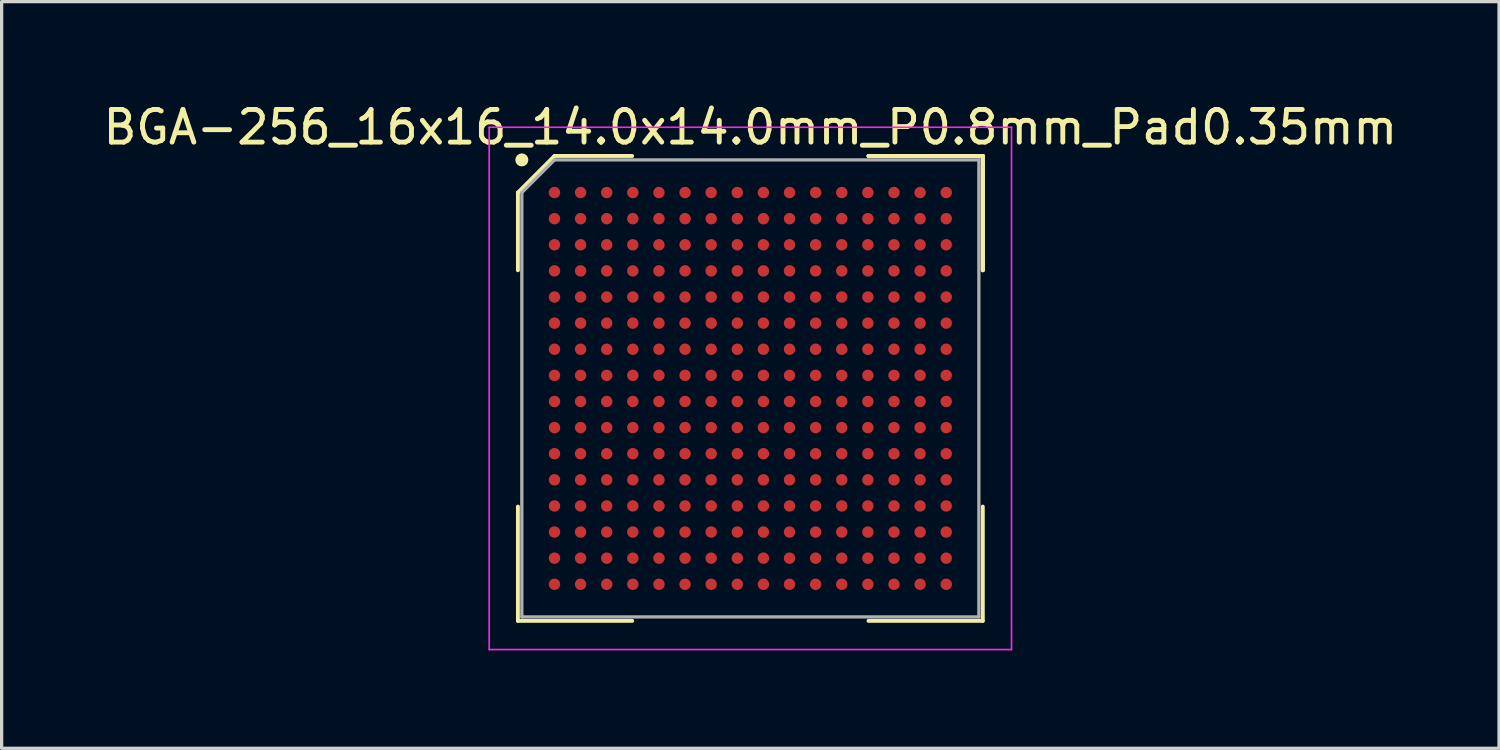
<source format=kicad_pcb>
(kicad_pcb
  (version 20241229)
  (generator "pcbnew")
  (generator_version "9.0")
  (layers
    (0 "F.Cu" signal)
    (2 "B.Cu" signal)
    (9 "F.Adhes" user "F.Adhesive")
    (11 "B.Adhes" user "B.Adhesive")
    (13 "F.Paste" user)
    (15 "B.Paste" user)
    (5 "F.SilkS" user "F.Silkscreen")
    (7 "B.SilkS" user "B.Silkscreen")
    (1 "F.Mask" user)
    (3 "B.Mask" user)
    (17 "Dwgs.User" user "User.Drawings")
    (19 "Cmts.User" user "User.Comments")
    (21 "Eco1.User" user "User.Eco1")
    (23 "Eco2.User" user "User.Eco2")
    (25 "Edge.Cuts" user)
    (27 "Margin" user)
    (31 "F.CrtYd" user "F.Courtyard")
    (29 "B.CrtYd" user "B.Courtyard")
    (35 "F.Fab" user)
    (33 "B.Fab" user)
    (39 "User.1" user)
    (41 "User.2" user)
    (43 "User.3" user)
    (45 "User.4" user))
  (footprint "BGA-256_16x16_14.0x14.0mm_P0.8mm_Pad0.35mm"
    (layer "F.Cu")
    (at 19.935 8.848)
    (property "Reference" "BGA-256_16x16_14.0x14.0mm_P0.8mm_Pad0.35mm" (at 0 -8 0) (layer "F.SilkS") (effects (font (size 1 1) (thickness 0.15))))
    (attr smd)
    (fp_line (start -7.12 -6) (end -7.12 -3.62) (stroke (width 0.12) (type solid)) (layer "F.SilkS"))
    (fp_line (start -7.12 7.12) (end -7.12 3.62) (stroke (width 0.12) (type solid)) (layer "F.SilkS"))
    (fp_line (start -6 -7.12) (end -7.12 -6) (stroke (width 0.12) (type solid)) (layer "F.SilkS"))
    (fp_line (start -3.62 -7.12) (end -6 -7.12) (stroke (width 0.12) (type solid)) (layer "F.SilkS"))
    (fp_line (start -3.62 7.12) (end -7.12 7.12) (stroke (width 0.12) (type solid)) (layer "F.SilkS"))
    (fp_line (start 3.62 -7.12) (end 7.12 -7.12) (stroke (width 0.12) (type solid)) (layer "F.SilkS"))
    (fp_line (start 3.62 -7.12) (end 7.12 -7.12) (stroke (width 0.12) (type solid)) (layer "F.SilkS"))
    (fp_line (start 3.62 -7.12) (end 7.12 -7.12) (stroke (width 0.12) (type solid)) (layer "F.SilkS"))
    (fp_line (start 3.62 7.12) (end 7.12 7.12) (stroke (width 0.12) (type solid)) (layer "F.SilkS"))
    (fp_line (start 7.12 -7.12) (end 7.12 -3.62) (stroke (width 0.12) (type solid)) (layer "F.SilkS"))
    (fp_line (start 7.12 -7.12) (end 7.12 -3.62) (stroke (width 0.12) (type solid)) (layer "F.SilkS"))
    (fp_line (start 7.12 -7.12) (end 7.12 -3.62) (stroke (width 0.12) (type solid)) (layer "F.SilkS"))
    (fp_line (start 7.12 7.12) (end 7.12 3.62) (stroke (width 0.12) (type solid)) (layer "F.SilkS"))
    (fp_circle (center -7 -7) (end -7 -6.9) (stroke (width 0.2) (type solid)) (fill no) (layer "F.SilkS"))
    (fp_line (start -8 -8) (end 8 -8) (stroke (width 0.05) (type solid)) (layer "F.CrtYd"))
    (fp_line (start -8 8) (end -8 -8) (stroke (width 0.05) (type solid)) (layer "F.CrtYd"))
    (fp_line (start 8 -8) (end 8 8) (stroke (width 0.05) (type solid)) (layer "F.CrtYd"))
    (fp_line (start 8 8) (end -8 8) (stroke (width 0.05) (type solid)) (layer "F.CrtYd"))
    (fp_line (start -7 -6) (end -7 7) (stroke (width 0.1) (type solid)) (layer "F.Fab"))
    (fp_line (start -7 7) (end 7 7) (stroke (width 0.1) (type solid)) (layer "F.Fab"))
    (fp_line (start -6 -7) (end -7 -6) (stroke (width 0.1) (type solid)) (layer "F.Fab"))
    (fp_line (start 7 -7) (end -6 -7) (stroke (width 0.1) (type solid)) (layer "F.Fab"))
    (fp_line (start 7 7) (end 7 -7) (stroke (width 0.1) (type solid)) (layer "F.Fab"))
    (pad "A1" smd circle (at -6 -6) (size 0.35 0.35) (layers "F.Cu" "F.Mask" "F.Paste"))
    (pad "A2" smd circle (at -5.2 -6) (size 0.35 0.35) (layers "F.Cu" "F.Mask" "F.Paste"))
    (pad "A3" smd circle (at -4.4 -6) (size 0.35 0.35) (layers "F.Cu" "F.Mask" "F.Paste"))
    (pad "A4" smd circle (at -3.6 -6) (size 0.35 0.35) (layers "F.Cu" "F.Mask" "F.Paste"))
    (pad "A5" smd circle (at -2.8 -6) (size 0.35 0.35) (layers "F.Cu" "F.Mask" "F.Paste"))
    (pad "A6" smd circle (at -2 -6) (size 0.35 0.35) (layers "F.Cu" "F.Mask" "F.Paste"))
    (pad "A7" smd circle (at -1.2 -6) (size 0.35 0.35) (layers "F.Cu" "F.Mask" "F.Paste"))
    (pad "A8" smd circle (at -0.4 -6) (size 0.35 0.35) (layers "F.Cu" "F.Mask" "F.Paste"))
    (pad "A9" smd circle (at 0.4 -6) (size 0.35 0.35) (layers "F.Cu" "F.Mask" "F.Paste"))
    (pad "A10" smd circle (at 1.2 -6) (size 0.35 0.35) (layers "F.Cu" "F.Mask" "F.Paste"))
    (pad "A11" smd circle (at 2 -6) (size 0.35 0.35) (layers "F.Cu" "F.Mask" "F.Paste"))
    (pad "A12" smd circle (at 2.8 -6) (size 0.35 0.35) (layers "F.Cu" "F.Mask" "F.Paste"))
    (pad "A13" smd circle (at 3.6 -6) (size 0.35 0.35) (layers "F.Cu" "F.Mask" "F.Paste"))
    (pad "A14" smd circle (at 4.4 -6) (size 0.35 0.35) (layers "F.Cu" "F.Mask" "F.Paste"))
    (pad "A15" smd circle (at 5.2 -6) (size 0.35 0.35) (layers "F.Cu" "F.Mask" "F.Paste"))
    (pad "A16" smd circle (at 6 -6) (size 0.35 0.35) (layers "F.Cu" "F.Mask" "F.Paste"))
    (pad "B1" smd circle (at -6 -5.2) (size 0.35 0.35) (layers "F.Cu" "F.Mask" "F.Paste"))
    (pad "B2" smd circle (at -5.2 -5.2) (size 0.35 0.35) (layers "F.Cu" "F.Mask" "F.Paste"))
    (pad "B3" smd circle (at -4.4 -5.2) (size 0.35 0.35) (layers "F.Cu" "F.Mask" "F.Paste"))
    (pad "B4" smd circle (at -3.6 -5.2) (size 0.35 0.35) (layers "F.Cu" "F.Mask" "F.Paste"))
    (pad "B5" smd circle (at -2.8 -5.2) (size 0.35 0.35) (layers "F.Cu" "F.Mask" "F.Paste"))
    (pad "B6" smd circle (at -2 -5.2) (size 0.35 0.35) (layers "F.Cu" "F.Mask" "F.Paste"))
    (pad "B7" smd circle (at -1.2 -5.2) (size 0.35 0.35) (layers "F.Cu" "F.Mask" "F.Paste"))
    (pad "B8" smd circle (at -0.4 -5.2) (size 0.35 0.35) (layers "F.Cu" "F.Mask" "F.Paste"))
    (pad "B9" smd circle (at 0.4 -5.2) (size 0.35 0.35) (layers "F.Cu" "F.Mask" "F.Paste"))
    (pad "B10" smd circle (at 1.2 -5.2) (size 0.35 0.35) (layers "F.Cu" "F.Mask" "F.Paste"))
    (pad "B11" smd circle (at 2 -5.2) (size 0.35 0.35) (layers "F.Cu" "F.Mask" "F.Paste"))
    (pad "B12" smd circle (at 2.8 -5.2) (size 0.35 0.35) (layers "F.Cu" "F.Mask" "F.Paste"))
    (pad "B13" smd circle (at 3.6 -5.2) (size 0.35 0.35) (layers "F.Cu" "F.Mask" "F.Paste"))
    (pad "B14" smd circle (at 4.4 -5.2) (size 0.35 0.35) (layers "F.Cu" "F.Mask" "F.Paste"))
    (pad "B15" smd circle (at 5.2 -5.2) (size 0.35 0.35) (layers "F.Cu" "F.Mask" "F.Paste"))
    (pad "B16" smd circle (at 6 -5.2) (size 0.35 0.35) (layers "F.Cu" "F.Mask" "F.Paste"))
    (pad "C1" smd circle (at -6 -4.4) (size 0.35 0.35) (layers "F.Cu" "F.Mask" "F.Paste"))
    (pad "C2" smd circle (at -5.2 -4.4) (size 0.35 0.35) (layers "F.Cu" "F.Mask" "F.Paste"))
    (pad "C3" smd circle (at -4.4 -4.4) (size 0.35 0.35) (layers "F.Cu" "F.Mask" "F.Paste"))
    (pad "C4" smd circle (at -3.6 -4.4) (size 0.35 0.35) (layers "F.Cu" "F.Mask" "F.Paste"))
    (pad "C5" smd circle (at -2.8 -4.4) (size 0.35 0.35) (layers "F.Cu" "F.Mask" "F.Paste"))
    (pad "C6" smd circle (at -2 -4.4) (size 0.35 0.35) (layers "F.Cu" "F.Mask" "F.Paste"))
    (pad "C7" smd circle (at -1.2 -4.4) (size 0.35 0.35) (layers "F.Cu" "F.Mask" "F.Paste"))
    (pad "C8" smd circle (at -0.4 -4.4) (size 0.35 0.35) (layers "F.Cu" "F.Mask" "F.Paste"))
    (pad "C9" smd circle (at 0.4 -4.4) (size 0.35 0.35) (layers "F.Cu" "F.Mask" "F.Paste"))
    (pad "C10" smd circle (at 1.2 -4.4) (size 0.35 0.35) (layers "F.Cu" "F.Mask" "F.Paste"))
    (pad "C11" smd circle (at 2 -4.4) (size 0.35 0.35) (layers "F.Cu" "F.Mask" "F.Paste"))
    (pad "C12" smd circle (at 2.8 -4.4) (size 0.35 0.35) (layers "F.Cu" "F.Mask" "F.Paste"))
    (pad "C13" smd circle (at 3.6 -4.4) (size 0.35 0.35) (layers "F.Cu" "F.Mask" "F.Paste"))
    (pad "C14" smd circle (at 4.4 -4.4) (size 0.35 0.35) (layers "F.Cu" "F.Mask" "F.Paste"))
    (pad "C15" smd circle (at 5.2 -4.4) (size 0.35 0.35) (layers "F.Cu" "F.Mask" "F.Paste"))
    (pad "C16" smd circle (at 6 -4.4) (size 0.35 0.35) (layers "F.Cu" "F.Mask" "F.Paste"))
    (pad "D1" smd circle (at -6 -3.6) (size 0.35 0.35) (layers "F.Cu" "F.Mask" "F.Paste"))
    (pad "D2" smd circle (at -5.2 -3.6) (size 0.35 0.35) (layers "F.Cu" "F.Mask" "F.Paste"))
    (pad "D3" smd circle (at -4.4 -3.6) (size 0.35 0.35) (layers "F.Cu" "F.Mask" "F.Paste"))
    (pad "D4" smd circle (at -3.6 -3.6) (size 0.35 0.35) (layers "F.Cu" "F.Mask" "F.Paste"))
    (pad "D5" smd circle (at -2.8 -3.6) (size 0.35 0.35) (layers "F.Cu" "F.Mask" "F.Paste"))
    (pad "D6" smd circle (at -2 -3.6) (size 0.35 0.35) (layers "F.Cu" "F.Mask" "F.Paste"))
    (pad "D7" smd circle (at -1.2 -3.6) (size 0.35 0.35) (layers "F.Cu" "F.Mask" "F.Paste"))
    (pad "D8" smd circle (at -0.4 -3.6) (size 0.35 0.35) (layers "F.Cu" "F.Mask" "F.Paste"))
    (pad "D9" smd circle (at 0.4 -3.6) (size 0.35 0.35) (layers "F.Cu" "F.Mask" "F.Paste"))
    (pad "D10" smd circle (at 1.2 -3.6) (size 0.35 0.35) (layers "F.Cu" "F.Mask" "F.Paste"))
    (pad "D11" smd circle (at 2 -3.6) (size 0.35 0.35) (layers "F.Cu" "F.Mask" "F.Paste"))
    (pad "D12" smd circle (at 2.8 -3.6) (size 0.35 0.35) (layers "F.Cu" "F.Mask" "F.Paste"))
    (pad "D13" smd circle (at 3.6 -3.6) (size 0.35 0.35) (layers "F.Cu" "F.Mask" "F.Paste"))
    (pad "D14" smd circle (at 4.4 -3.6) (size 0.35 0.35) (layers "F.Cu" "F.Mask" "F.Paste"))
    (pad "D15" smd circle (at 5.2 -3.6) (size 0.35 0.35) (layers "F.Cu" "F.Mask" "F.Paste"))
    (pad "D16" smd circle (at 6 -3.6) (size 0.35 0.35) (layers "F.Cu" "F.Mask" "F.Paste"))
    (pad "E1" smd circle (at -6 -2.8) (size 0.35 0.35) (layers "F.Cu" "F.Mask" "F.Paste"))
    (pad "E2" smd circle (at -5.2 -2.8) (size 0.35 0.35) (layers "F.Cu" "F.Mask" "F.Paste"))
    (pad "E3" smd circle (at -4.4 -2.8) (size 0.35 0.35) (layers "F.Cu" "F.Mask" "F.Paste"))
    (pad "E4" smd circle (at -3.6 -2.8) (size 0.35 0.35) (layers "F.Cu" "F.Mask" "F.Paste"))
    (pad "E5" smd circle (at -2.8 -2.8) (size 0.35 0.35) (layers "F.Cu" "F.Mask" "F.Paste"))
    (pad "E6" smd circle (at -2 -2.8) (size 0.35 0.35) (layers "F.Cu" "F.Mask" "F.Paste"))
    (pad "E7" smd circle (at -1.2 -2.8) (size 0.35 0.35) (layers "F.Cu" "F.Mask" "F.Paste"))
    (pad "E8" smd circle (at -0.4 -2.8) (size 0.35 0.35) (layers "F.Cu" "F.Mask" "F.Paste"))
    (pad "E9" smd circle (at 0.4 -2.8) (size 0.35 0.35) (layers "F.Cu" "F.Mask" "F.Paste"))
    (pad "E10" smd circle (at 1.2 -2.8) (size 0.35 0.35) (layers "F.Cu" "F.Mask" "F.Paste"))
    (pad "E11" smd circle (at 2 -2.8) (size 0.35 0.35) (layers "F.Cu" "F.Mask" "F.Paste"))
    (pad "E12" smd circle (at 2.8 -2.8) (size 0.35 0.35) (layers "F.Cu" "F.Mask" "F.Paste"))
    (pad "E13" smd circle (at 3.6 -2.8) (size 0.35 0.35) (layers "F.Cu" "F.Mask" "F.Paste"))
    (pad "E14" smd circle (at 4.4 -2.8) (size 0.35 0.35) (layers "F.Cu" "F.Mask" "F.Paste"))
    (pad "E15" smd circle (at 5.2 -2.8) (size 0.35 0.35) (layers "F.Cu" "F.Mask" "F.Paste"))
    (pad "E16" smd circle (at 6 -2.8) (size 0.35 0.35) (layers "F.Cu" "F.Mask" "F.Paste"))
    (pad "F1" smd circle (at -6 -2) (size 0.35 0.35) (layers "F.Cu" "F.Mask" "F.Paste"))
    (pad "F2" smd circle (at -5.2 -2) (size 0.35 0.35) (layers "F.Cu" "F.Mask" "F.Paste"))
    (pad "F3" smd circle (at -4.4 -2) (size 0.35 0.35) (layers "F.Cu" "F.Mask" "F.Paste"))
    (pad "F4" smd circle (at -3.6 -2) (size 0.35 0.35) (layers "F.Cu" "F.Mask" "F.Paste"))
    (pad "F5" smd circle (at -2.8 -2) (size 0.35 0.35) (layers "F.Cu" "F.Mask" "F.Paste"))
    (pad "F6" smd circle (at -2 -2) (size 0.35 0.35) (layers "F.Cu" "F.Mask" "F.Paste"))
    (pad "F7" smd circle (at -1.2 -2) (size 0.35 0.35) (layers "F.Cu" "F.Mask" "F.Paste"))
    (pad "F8" smd circle (at -0.4 -2) (size 0.35 0.35) (layers "F.Cu" "F.Mask" "F.Paste"))
    (pad "F9" smd circle (at 0.4 -2) (size 0.35 0.35) (layers "F.Cu" "F.Mask" "F.Paste"))
    (pad "F10" smd circle (at 1.2 -2) (size 0.35 0.35) (layers "F.Cu" "F.Mask" "F.Paste"))
    (pad "F11" smd circle (at 2 -2) (size 0.35 0.35) (layers "F.Cu" "F.Mask" "F.Paste"))
    (pad "F12" smd circle (at 2.8 -2) (size 0.35 0.35) (layers "F.Cu" "F.Mask" "F.Paste"))
    (pad "F13" smd circle (at 3.6 -2) (size 0.35 0.35) (layers "F.Cu" "F.Mask" "F.Paste"))
    (pad "F14" smd circle (at 4.4 -2) (size 0.35 0.35) (layers "F.Cu" "F.Mask" "F.Paste"))
    (pad "F15" smd circle (at 5.2 -2) (size 0.35 0.35) (layers "F.Cu" "F.Mask" "F.Paste"))
    (pad "F16" smd circle (at 6 -2) (size 0.35 0.35) (layers "F.Cu" "F.Mask" "F.Paste"))
    (pad "G1" smd circle (at -6 -1.2) (size 0.35 0.35) (layers "F.Cu" "F.Mask" "F.Paste"))
    (pad "G2" smd circle (at -5.2 -1.2) (size 0.35 0.35) (layers "F.Cu" "F.Mask" "F.Paste"))
    (pad "G3" smd circle (at -4.4 -1.2) (size 0.35 0.35) (layers "F.Cu" "F.Mask" "F.Paste"))
    (pad "G4" smd circle (at -3.6 -1.2) (size 0.35 0.35) (layers "F.Cu" "F.Mask" "F.Paste"))
    (pad "G5" smd circle (at -2.8 -1.2) (size 0.35 0.35) (layers "F.Cu" "F.Mask" "F.Paste"))
    (pad "G6" smd circle (at -2 -1.2) (size 0.35 0.35) (layers "F.Cu" "F.Mask" "F.Paste"))
    (pad "G7" smd circle (at -1.2 -1.2) (size 0.35 0.35) (layers "F.Cu" "F.Mask" "F.Paste"))
    (pad "G8" smd circle (at -0.4 -1.2) (size 0.35 0.35) (layers "F.Cu" "F.Mask" "F.Paste"))
    (pad "G9" smd circle (at 0.4 -1.2) (size 0.35 0.35) (layers "F.Cu" "F.Mask" "F.Paste"))
    (pad "G10" smd circle (at 1.2 -1.2) (size 0.35 0.35) (layers "F.Cu" "F.Mask" "F.Paste"))
    (pad "G11" smd circle (at 2 -1.2) (size 0.35 0.35) (layers "F.Cu" "F.Mask" "F.Paste"))
    (pad "G12" smd circle (at 2.8 -1.2) (size 0.35 0.35) (layers "F.Cu" "F.Mask" "F.Paste"))
    (pad "G13" smd circle (at 3.6 -1.2) (size 0.35 0.35) (layers "F.Cu" "F.Mask" "F.Paste"))
    (pad "G14" smd circle (at 4.4 -1.2) (size 0.35 0.35) (layers "F.Cu" "F.Mask" "F.Paste"))
    (pad "G15" smd circle (at 5.2 -1.2) (size 0.35 0.35) (layers "F.Cu" "F.Mask" "F.Paste"))
    (pad "G16" smd circle (at 6 -1.2) (size 0.35 0.35) (layers "F.Cu" "F.Mask" "F.Paste"))
    (pad "H1" smd circle (at -6 -0.4) (size 0.35 0.35) (layers "F.Cu" "F.Mask" "F.Paste"))
    (pad "H2" smd circle (at -5.2 -0.4) (size 0.35 0.35) (layers "F.Cu" "F.Mask" "F.Paste"))
    (pad "H3" smd circle (at -4.4 -0.4) (size 0.35 0.35) (layers "F.Cu" "F.Mask" "F.Paste"))
    (pad "H4" smd circle (at -3.6 -0.4) (size 0.35 0.35) (layers "F.Cu" "F.Mask" "F.Paste"))
    (pad "H5" smd circle (at -2.8 -0.4) (size 0.35 0.35) (layers "F.Cu" "F.Mask" "F.Paste"))
    (pad "H6" smd circle (at -2 -0.4) (size 0.35 0.35) (layers "F.Cu" "F.Mask" "F.Paste"))
    (pad "H7" smd circle (at -1.2 -0.4) (size 0.35 0.35) (layers "F.Cu" "F.Mask" "F.Paste"))
    (pad "H8" smd circle (at -0.4 -0.4) (size 0.35 0.35) (layers "F.Cu" "F.Mask" "F.Paste"))
    (pad "H9" smd circle (at 0.4 -0.4) (size 0.35 0.35) (layers "F.Cu" "F.Mask" "F.Paste"))
    (pad "H10" smd circle (at 1.2 -0.4) (size 0.35 0.35) (layers "F.Cu" "F.Mask" "F.Paste"))
    (pad "H11" smd circle (at 2 -0.4) (size 0.35 0.35) (layers "F.Cu" "F.Mask" "F.Paste"))
    (pad "H12" smd circle (at 2.8 -0.4) (size 0.35 0.35) (layers "F.Cu" "F.Mask" "F.Paste"))
    (pad "H13" smd circle (at 3.6 -0.4) (size 0.35 0.35) (layers "F.Cu" "F.Mask" "F.Paste"))
    (pad "H14" smd circle (at 4.4 -0.4) (size 0.35 0.35) (layers "F.Cu" "F.Mask" "F.Paste"))
    (pad "H15" smd circle (at 5.2 -0.4) (size 0.35 0.35) (layers "F.Cu" "F.Mask" "F.Paste"))
    (pad "H16" smd circle (at 6 -0.4) (size 0.35 0.35) (layers "F.Cu" "F.Mask" "F.Paste"))
    (pad "J1" smd circle (at -6 0.4) (size 0.35 0.35) (layers "F.Cu" "F.Mask" "F.Paste"))
    (pad "J2" smd circle (at -5.2 0.4) (size 0.35 0.35) (layers "F.Cu" "F.Mask" "F.Paste"))
    (pad "J3" smd circle (at -4.4 0.4) (size 0.35 0.35) (layers "F.Cu" "F.Mask" "F.Paste"))
    (pad "J4" smd circle (at -3.6 0.4) (size 0.35 0.35) (layers "F.Cu" "F.Mask" "F.Paste"))
    (pad "J5" smd circle (at -2.8 0.4) (size 0.35 0.35) (layers "F.Cu" "F.Mask" "F.Paste"))
    (pad "J6" smd circle (at -2 0.4) (size 0.35 0.35) (layers "F.Cu" "F.Mask" "F.Paste"))
    (pad "J7" smd circle (at -1.2 0.4) (size 0.35 0.35) (layers "F.Cu" "F.Mask" "F.Paste"))
    (pad "J8" smd circle (at -0.4 0.4) (size 0.35 0.35) (layers "F.Cu" "F.Mask" "F.Paste"))
    (pad "J9" smd circle (at 0.4 0.4) (size 0.35 0.35) (layers "F.Cu" "F.Mask" "F.Paste"))
    (pad "J10" smd circle (at 1.2 0.4) (size 0.35 0.35) (layers "F.Cu" "F.Mask" "F.Paste"))
    (pad "J11" smd circle (at 2 0.4) (size 0.35 0.35) (layers "F.Cu" "F.Mask" "F.Paste"))
    (pad "J12" smd circle (at 2.8 0.4) (size 0.35 0.35) (layers "F.Cu" "F.Mask" "F.Paste"))
    (pad "J13" smd circle (at 3.6 0.4) (size 0.35 0.35) (layers "F.Cu" "F.Mask" "F.Paste"))
    (pad "J14" smd circle (at 4.4 0.4) (size 0.35 0.35) (layers "F.Cu" "F.Mask" "F.Paste"))
    (pad "J15" smd circle (at 5.2 0.4) (size 0.35 0.35) (layers "F.Cu" "F.Mask" "F.Paste"))
    (pad "J16" smd circle (at 6 0.4) (size 0.35 0.35) (layers "F.Cu" "F.Mask" "F.Paste"))
    (pad "K1" smd circle (at -6 1.2) (size 0.35 0.35) (layers "F.Cu" "F.Mask" "F.Paste"))
    (pad "K2" smd circle (at -5.2 1.2) (size 0.35 0.35) (layers "F.Cu" "F.Mask" "F.Paste"))
    (pad "K3" smd circle (at -4.4 1.2) (size 0.35 0.35) (layers "F.Cu" "F.Mask" "F.Paste"))
    (pad "K4" smd circle (at -3.6 1.2) (size 0.35 0.35) (layers "F.Cu" "F.Mask" "F.Paste"))
    (pad "K5" smd circle (at -2.8 1.2) (size 0.35 0.35) (layers "F.Cu" "F.Mask" "F.Paste"))
    (pad "K6" smd circle (at -2 1.2) (size 0.35 0.35) (layers "F.Cu" "F.Mask" "F.Paste"))
    (pad "K7" smd circle (at -1.2 1.2) (size 0.35 0.35) (layers "F.Cu" "F.Mask" "F.Paste"))
    (pad "K8" smd circle (at -0.4 1.2) (size 0.35 0.35) (layers "F.Cu" "F.Mask" "F.Paste"))
    (pad "K9" smd circle (at 0.4 1.2) (size 0.35 0.35) (layers "F.Cu" "F.Mask" "F.Paste"))
    (pad "K10" smd circle (at 1.2 1.2) (size 0.35 0.35) (layers "F.Cu" "F.Mask" "F.Paste"))
    (pad "K11" smd circle (at 2 1.2) (size 0.35 0.35) (layers "F.Cu" "F.Mask" "F.Paste"))
    (pad "K12" smd circle (at 2.8 1.2) (size 0.35 0.35) (layers "F.Cu" "F.Mask" "F.Paste"))
    (pad "K13" smd circle (at 3.6 1.2) (size 0.35 0.35) (layers "F.Cu" "F.Mask" "F.Paste"))
    (pad "K14" smd circle (at 4.4 1.2) (size 0.35 0.35) (layers "F.Cu" "F.Mask" "F.Paste"))
    (pad "K15" smd circle (at 5.2 1.2) (size 0.35 0.35) (layers "F.Cu" "F.Mask" "F.Paste"))
    (pad "K16" smd circle (at 6 1.2) (size 0.35 0.35) (layers "F.Cu" "F.Mask" "F.Paste"))
    (pad "L1" smd circle (at -6 2) (size 0.35 0.35) (layers "F.Cu" "F.Mask" "F.Paste"))
    (pad "L2" smd circle (at -5.2 2) (size 0.35 0.35) (layers "F.Cu" "F.Mask" "F.Paste"))
    (pad "L3" smd circle (at -4.4 2) (size 0.35 0.35) (layers "F.Cu" "F.Mask" "F.Paste"))
    (pad "L4" smd circle (at -3.6 2) (size 0.35 0.35) (layers "F.Cu" "F.Mask" "F.Paste"))
    (pad "L5" smd circle (at -2.8 2) (size 0.35 0.35) (layers "F.Cu" "F.Mask" "F.Paste"))
    (pad "L6" smd circle (at -2 2) (size 0.35 0.35) (layers "F.Cu" "F.Mask" "F.Paste"))
    (pad "L7" smd circle (at -1.2 2) (size 0.35 0.35) (layers "F.Cu" "F.Mask" "F.Paste"))
    (pad "L8" smd circle (at -0.4 2) (size 0.35 0.35) (layers "F.Cu" "F.Mask" "F.Paste"))
    (pad "L9" smd circle (at 0.4 2) (size 0.35 0.35) (layers "F.Cu" "F.Mask" "F.Paste"))
    (pad "L10" smd circle (at 1.2 2) (size 0.35 0.35) (layers "F.Cu" "F.Mask" "F.Paste"))
    (pad "L11" smd circle (at 2 2) (size 0.35 0.35) (layers "F.Cu" "F.Mask" "F.Paste"))
    (pad "L12" smd circle (at 2.8 2) (size 0.35 0.35) (layers "F.Cu" "F.Mask" "F.Paste"))
    (pad "L13" smd circle (at 3.6 2) (size 0.35 0.35) (layers "F.Cu" "F.Mask" "F.Paste"))
    (pad "L14" smd circle (at 4.4 2) (size 0.35 0.35) (layers "F.Cu" "F.Mask" "F.Paste"))
    (pad "L15" smd circle (at 5.2 2) (size 0.35 0.35) (layers "F.Cu" "F.Mask" "F.Paste"))
    (pad "L16" smd circle (at 6 2) (size 0.35 0.35) (layers "F.Cu" "F.Mask" "F.Paste"))
    (pad "M1" smd circle (at -6 2.8) (size 0.35 0.35) (layers "F.Cu" "F.Mask" "F.Paste"))
    (pad "M2" smd circle (at -5.2 2.8) (size 0.35 0.35) (layers "F.Cu" "F.Mask" "F.Paste"))
    (pad "M3" smd circle (at -4.4 2.8) (size 0.35 0.35) (layers "F.Cu" "F.Mask" "F.Paste"))
    (pad "M4" smd circle (at -3.6 2.8) (size 0.35 0.35) (layers "F.Cu" "F.Mask" "F.Paste"))
    (pad "M5" smd circle (at -2.8 2.8) (size 0.35 0.35) (layers "F.Cu" "F.Mask" "F.Paste"))
    (pad "M6" smd circle (at -2 2.8) (size 0.35 0.35) (layers "F.Cu" "F.Mask" "F.Paste"))
    (pad "M7" smd circle (at -1.2 2.8) (size 0.35 0.35) (layers "F.Cu" "F.Mask" "F.Paste"))
    (pad "M8" smd circle (at -0.4 2.8) (size 0.35 0.35) (layers "F.Cu" "F.Mask" "F.Paste"))
    (pad "M9" smd circle (at 0.4 2.8) (size 0.35 0.35) (layers "F.Cu" "F.Mask" "F.Paste"))
    (pad "M10" smd circle (at 1.2 2.8) (size 0.35 0.35) (layers "F.Cu" "F.Mask" "F.Paste"))
    (pad "M11" smd circle (at 2 2.8) (size 0.35 0.35) (layers "F.Cu" "F.Mask" "F.Paste"))
    (pad "M12" smd circle (at 2.8 2.8) (size 0.35 0.35) (layers "F.Cu" "F.Mask" "F.Paste"))
    (pad "M13" smd circle (at 3.6 2.8) (size 0.35 0.35) (layers "F.Cu" "F.Mask" "F.Paste"))
    (pad "M14" smd circle (at 4.4 2.8) (size 0.35 0.35) (layers "F.Cu" "F.Mask" "F.Paste"))
    (pad "M15" smd circle (at 5.2 2.8) (size 0.35 0.35) (layers "F.Cu" "F.Mask" "F.Paste"))
    (pad "M16" smd circle (at 6 2.8) (size 0.35 0.35) (layers "F.Cu" "F.Mask" "F.Paste"))
    (pad "N1" smd circle (at -6 3.6) (size 0.35 0.35) (layers "F.Cu" "F.Mask" "F.Paste"))
    (pad "N2" smd circle (at -5.2 3.6) (size 0.35 0.35) (layers "F.Cu" "F.Mask" "F.Paste"))
    (pad "N3" smd circle (at -4.4 3.6) (size 0.35 0.35) (layers "F.Cu" "F.Mask" "F.Paste"))
    (pad "N4" smd circle (at -3.6 3.6) (size 0.35 0.35) (layers "F.Cu" "F.Mask" "F.Paste"))
    (pad "N5" smd circle (at -2.8 3.6) (size 0.35 0.35) (layers "F.Cu" "F.Mask" "F.Paste"))
    (pad "N6" smd circle (at -2 3.6) (size 0.35 0.35) (layers "F.Cu" "F.Mask" "F.Paste"))
    (pad "N7" smd circle (at -1.2 3.6) (size 0.35 0.35) (layers "F.Cu" "F.Mask" "F.Paste"))
    (pad "N8" smd circle (at -0.4 3.6) (size 0.35 0.35) (layers "F.Cu" "F.Mask" "F.Paste"))
    (pad "N9" smd circle (at 0.4 3.6) (size 0.35 0.35) (layers "F.Cu" "F.Mask" "F.Paste"))
    (pad "N10" smd circle (at 1.2 3.6) (size 0.35 0.35) (layers "F.Cu" "F.Mask" "F.Paste"))
    (pad "N11" smd circle (at 2 3.6) (size 0.35 0.35) (layers "F.Cu" "F.Mask" "F.Paste"))
    (pad "N12" smd circle (at 2.8 3.6) (size 0.35 0.35) (layers "F.Cu" "F.Mask" "F.Paste"))
    (pad "N13" smd circle (at 3.6 3.6) (size 0.35 0.35) (layers "F.Cu" "F.Mask" "F.Paste"))
    (pad "N14" smd circle (at 4.4 3.6) (size 0.35 0.35) (layers "F.Cu" "F.Mask" "F.Paste"))
    (pad "N15" smd circle (at 5.2 3.6) (size 0.35 0.35) (layers "F.Cu" "F.Mask" "F.Paste"))
    (pad "N16" smd circle (at 6 3.6) (size 0.35 0.35) (layers "F.Cu" "F.Mask" "F.Paste"))
    (pad "P1" smd circle (at -6 4.4) (size 0.35 0.35) (layers "F.Cu" "F.Mask" "F.Paste"))
    (pad "P2" smd circle (at -5.2 4.4) (size 0.35 0.35) (layers "F.Cu" "F.Mask" "F.Paste"))
    (pad "P3" smd circle (at -4.4 4.4) (size 0.35 0.35) (layers "F.Cu" "F.Mask" "F.Paste"))
    (pad "P4" smd circle (at -3.6 4.4) (size 0.35 0.35) (layers "F.Cu" "F.Mask" "F.Paste"))
    (pad "P5" smd circle (at -2.8 4.4) (size 0.35 0.35) (layers "F.Cu" "F.Mask" "F.Paste"))
    (pad "P6" smd circle (at -2 4.4) (size 0.35 0.35) (layers "F.Cu" "F.Mask" "F.Paste"))
    (pad "P7" smd circle (at -1.2 4.4) (size 0.35 0.35) (layers "F.Cu" "F.Mask" "F.Paste"))
    (pad "P8" smd circle (at -0.4 4.4) (size 0.35 0.35) (layers "F.Cu" "F.Mask" "F.Paste"))
    (pad "P9" smd circle (at 0.4 4.4) (size 0.35 0.35) (layers "F.Cu" "F.Mask" "F.Paste"))
    (pad "P10" smd circle (at 1.2 4.4) (size 0.35 0.35) (layers "F.Cu" "F.Mask" "F.Paste"))
    (pad "P11" smd circle (at 2 4.4) (size 0.35 0.35) (layers "F.Cu" "F.Mask" "F.Paste"))
    (pad "P12" smd circle (at 2.8 4.4) (size 0.35 0.35) (layers "F.Cu" "F.Mask" "F.Paste"))
    (pad "P13" smd circle (at 3.6 4.4) (size 0.35 0.35) (layers "F.Cu" "F.Mask" "F.Paste"))
    (pad "P14" smd circle (at 4.4 4.4) (size 0.35 0.35) (layers "F.Cu" "F.Mask" "F.Paste"))
    (pad "P15" smd circle (at 5.2 4.4) (size 0.35 0.35) (layers "F.Cu" "F.Mask" "F.Paste"))
    (pad "P16" smd circle (at 6 4.4) (size 0.35 0.35) (layers "F.Cu" "F.Mask" "F.Paste"))
    (pad "R1" smd circle (at -6 5.2) (size 0.35 0.35) (layers "F.Cu" "F.Mask" "F.Paste"))
    (pad "R2" smd circle (at -5.2 5.2) (size 0.35 0.35) (layers "F.Cu" "F.Mask" "F.Paste"))
    (pad "R3" smd circle (at -4.4 5.2) (size 0.35 0.35) (layers "F.Cu" "F.Mask" "F.Paste"))
    (pad "R4" smd circle (at -3.6 5.2) (size 0.35 0.35) (layers "F.Cu" "F.Mask" "F.Paste"))
    (pad "R5" smd circle (at -2.8 5.2) (size 0.35 0.35) (layers "F.Cu" "F.Mask" "F.Paste"))
    (pad "R6" smd circle (at -2 5.2) (size 0.35 0.35) (layers "F.Cu" "F.Mask" "F.Paste"))
    (pad "R7" smd circle (at -1.2 5.2) (size 0.35 0.35) (layers "F.Cu" "F.Mask" "F.Paste"))
    (pad "R8" smd circle (at -0.4 5.2) (size 0.35 0.35) (layers "F.Cu" "F.Mask" "F.Paste"))
    (pad "R9" smd circle (at 0.4 5.2) (size 0.35 0.35) (layers "F.Cu" "F.Mask" "F.Paste"))
    (pad "R10" smd circle (at 1.2 5.2) (size 0.35 0.35) (layers "F.Cu" "F.Mask" "F.Paste"))
    (pad "R11" smd circle (at 2 5.2) (size 0.35 0.35) (layers "F.Cu" "F.Mask" "F.Paste"))
    (pad "R12" smd circle (at 2.8 5.2) (size 0.35 0.35) (layers "F.Cu" "F.Mask" "F.Paste"))
    (pad "R13" smd circle (at 3.6 5.2) (size 0.35 0.35) (layers "F.Cu" "F.Mask" "F.Paste"))
    (pad "R14" smd circle (at 4.4 5.2) (size 0.35 0.35) (layers "F.Cu" "F.Mask" "F.Paste"))
    (pad "R15" smd circle (at 5.2 5.2) (size 0.35 0.35) (layers "F.Cu" "F.Mask" "F.Paste"))
    (pad "R16" smd circle (at 6 5.2) (size 0.35 0.35) (layers "F.Cu" "F.Mask" "F.Paste"))
    (pad "T1" smd circle (at -6 6) (size 0.35 0.35) (layers "F.Cu" "F.Mask" "F.Paste"))
    (pad "T2" smd circle (at -5.2 6) (size 0.35 0.35) (layers "F.Cu" "F.Mask" "F.Paste"))
    (pad "T3" smd circle (at -4.4 6) (size 0.35 0.35) (layers "F.Cu" "F.Mask" "F.Paste"))
    (pad "T4" smd circle (at -3.6 6) (size 0.35 0.35) (layers "F.Cu" "F.Mask" "F.Paste"))
    (pad "T5" smd circle (at -2.8 6) (size 0.35 0.35) (layers "F.Cu" "F.Mask" "F.Paste"))
    (pad "T6" smd circle (at -2 6) (size 0.35 0.35) (layers "F.Cu" "F.Mask" "F.Paste"))
    (pad "T7" smd circle (at -1.2 6) (size 0.35 0.35) (layers "F.Cu" "F.Mask" "F.Paste"))
    (pad "T8" smd circle (at -0.4 6) (size 0.35 0.35) (layers "F.Cu" "F.Mask" "F.Paste"))
    (pad "T9" smd circle (at 0.4 6) (size 0.35 0.35) (layers "F.Cu" "F.Mask" "F.Paste"))
    (pad "T10" smd circle (at 1.2 6) (size 0.35 0.35) (layers "F.Cu" "F.Mask" "F.Paste"))
    (pad "T11" smd circle (at 2 6) (size 0.35 0.35) (layers "F.Cu" "F.Mask" "F.Paste"))
    (pad "T12" smd circle (at 2.8 6) (size 0.35 0.35) (layers "F.Cu" "F.Mask" "F.Paste"))
    (pad "T13" smd circle (at 3.6 6) (size 0.35 0.35) (layers "F.Cu" "F.Mask" "F.Paste"))
    (pad "T14" smd circle (at 4.4 6) (size 0.35 0.35) (layers "F.Cu" "F.Mask" "F.Paste"))
    (pad "T15" smd circle (at 5.2 6) (size 0.35 0.35) (layers "F.Cu" "F.Mask" "F.Paste"))
    (pad "T16" smd circle (at 6 6) (size 0.35 0.35) (layers "F.Cu" "F.Mask" "F.Paste")))
  (gr_rect
    (start -3 -3)
    (end 42.869 19.873)
    (stroke (width 0.1) (type default))
    (fill no)
    (layer "Edge.Cuts")))
</source>
